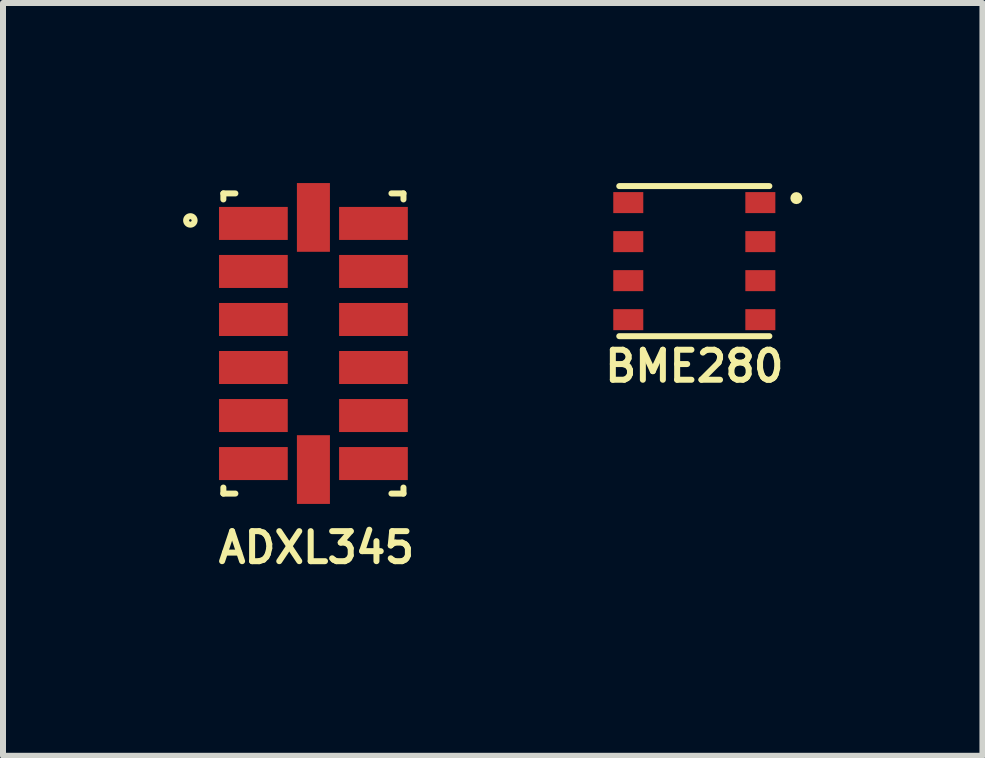
<source format=kicad_pcb>
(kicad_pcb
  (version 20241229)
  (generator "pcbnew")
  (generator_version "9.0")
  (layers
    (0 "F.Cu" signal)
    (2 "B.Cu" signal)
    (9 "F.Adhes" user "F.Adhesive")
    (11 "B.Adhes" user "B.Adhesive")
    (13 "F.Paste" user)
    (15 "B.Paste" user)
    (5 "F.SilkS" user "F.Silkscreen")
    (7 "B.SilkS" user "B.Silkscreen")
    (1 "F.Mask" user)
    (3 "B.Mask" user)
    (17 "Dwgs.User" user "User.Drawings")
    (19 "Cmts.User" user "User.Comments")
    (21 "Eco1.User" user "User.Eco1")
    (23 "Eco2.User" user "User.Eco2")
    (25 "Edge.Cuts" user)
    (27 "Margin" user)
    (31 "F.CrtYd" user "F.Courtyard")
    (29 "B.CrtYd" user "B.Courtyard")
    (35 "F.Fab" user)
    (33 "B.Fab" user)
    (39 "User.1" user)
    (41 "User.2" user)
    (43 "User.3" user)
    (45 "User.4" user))
  (footprint "ADXL345"
    (layer "F.Cu")
    (at 2.171 2.672)
    (property "Reference" "ADXL345" (at 0.05 3.4 0) (layer "F.SilkS") (effects (font (size 0.5 0.5) (thickness 0.1))))
    (attr through_hole)
    (fp_line (start -1.5 -2.5) (end -1.3 -2.5) (stroke (width 0.1) (type solid)) (layer "F.SilkS"))
    (fp_line (start -1.5 -2.4) (end -1.5 -2.5) (stroke (width 0.1) (type solid)) (layer "F.SilkS"))
    (fp_line (start -1.5 2.4) (end -1.5 2.5) (stroke (width 0.1) (type solid)) (layer "F.SilkS"))
    (fp_line (start -1.5 2.5) (end -1.3 2.5) (stroke (width 0.1) (type solid)) (layer "F.SilkS"))
    (fp_line (start 1.5 -2.5) (end 1.3 -2.5) (stroke (width 0.1) (type solid)) (layer "F.SilkS"))
    (fp_line (start 1.5 -2.4) (end 1.5 -2.5) (stroke (width 0.1) (type solid)) (layer "F.SilkS"))
    (fp_line (start 1.5 2.4) (end 1.5 2.5) (stroke (width 0.1) (type solid)) (layer "F.SilkS"))
    (fp_line (start 1.5 2.5) (end 1.3 2.5) (stroke (width 0.1) (type solid)) (layer "F.SilkS"))
    (fp_circle (center -2.05 -2.05) (end -2 -2) (stroke (width 0.1) (type solid)) (fill no) (layer "F.SilkS"))
    (pad "1" smd rect (at -1 -2) (size 1.145 0.55) (layers "F.Cu" "F.Mask" "F.Paste"))
    (pad "2" smd rect (at -1 -1.2) (size 1.145 0.55) (layers "F.Cu" "F.Mask" "F.Paste"))
    (pad "3" smd rect (at -1 -0.4) (size 1.145 0.55) (layers "F.Cu" "F.Mask" "F.Paste"))
    (pad "4" smd rect (at -1 0.4) (size 1.145 0.55) (layers "F.Cu" "F.Mask" "F.Paste"))
    (pad "5" smd rect (at -1 1.2) (size 1.145 0.55) (layers "F.Cu" "F.Mask" "F.Paste"))
    (pad "6" smd rect (at -1 2) (size 1.145 0.55) (layers "F.Cu" "F.Mask" "F.Paste"))
    (pad "7" smd rect (at 0 2.1 90) (size 1.145 0.55) (layers "F.Cu" "F.Mask" "F.Paste"))
    (pad "8" smd rect (at 1 2) (size 1.145 0.55) (layers "F.Cu" "F.Mask" "F.Paste"))
    (pad "9" smd rect (at 1 1.2) (size 1.145 0.55) (layers "F.Cu" "F.Mask" "F.Paste"))
    (pad "10" smd rect (at 1 0.4) (size 1.145 0.55) (layers "F.Cu" "F.Mask" "F.Paste"))
    (pad "11" smd rect (at 1 -0.4) (size 1.145 0.55) (layers "F.Cu" "F.Mask" "F.Paste"))
    (pad "12" smd rect (at 1 -1.2) (size 1.145 0.55) (layers "F.Cu" "F.Mask" "F.Paste"))
    (pad "13" smd rect (at 1 -2) (size 1.145 0.55) (layers "F.Cu" "F.Mask" "F.Paste"))
    (pad "14" smd rect (at 0 -2.1 90) (size 1.145 0.55) (layers "F.Cu" "F.Mask" "F.Paste")))
  (footprint "BME280"
    (layer "F.Cu")
    (at 8.516 1.3)
    (property "Reference" "BME280" (at 0 1.75 0) (layer "F.SilkS") (effects (font (size 0.5 0.5) (thickness 0.1))))
    (attr through_hole)
    (fp_line (start -1.25 -1.25) (end 1.25 -1.25) (stroke (width 0.1) (type solid)) (layer "F.SilkS"))
    (fp_line (start -1.25 1.25) (end 1.25 1.25) (stroke (width 0.1) (type solid)) (layer "F.SilkS"))
    (fp_circle (center 1.7 -1.05) (end 1.7 -1) (stroke (width 0.1) (type solid)) (fill no) (layer "F.SilkS"))
    (pad "1" smd rect (at 1.1 -0.975) (size 0.5 0.35) (layers "F.Cu" "F.Mask" "F.Paste"))
    (pad "2" smd rect (at 1.1 -0.325) (size 0.5 0.35) (layers "F.Cu" "F.Mask" "F.Paste"))
    (pad "3" smd rect (at 1.1 0.325) (size 0.5 0.35) (layers "F.Cu" "F.Mask" "F.Paste"))
    (pad "4" smd rect (at 1.1 0.975) (size 0.5 0.35) (layers "F.Cu" "F.Mask" "F.Paste"))
    (pad "5" smd rect (at -1.1 0.975) (size 0.5 0.35) (layers "F.Cu" "F.Mask" "F.Paste"))
    (pad "6" smd rect (at -1.1 0.325) (size 0.5 0.35) (layers "F.Cu" "F.Mask" "F.Paste"))
    (pad "7" smd rect (at -1.1 -0.325) (size 0.5 0.35) (layers "F.Cu" "F.Mask" "F.Paste"))
    (pad "8" smd rect (at -1.1 -0.975) (size 0.5 0.35) (layers "F.Cu" "F.Mask" "F.Paste")))
  (gr_rect
    (start -3 -3)
    (end 13.316 9.54)
    (stroke (width 0.1) (type default))
    (fill no)
    (layer "Edge.Cuts")))
</source>
